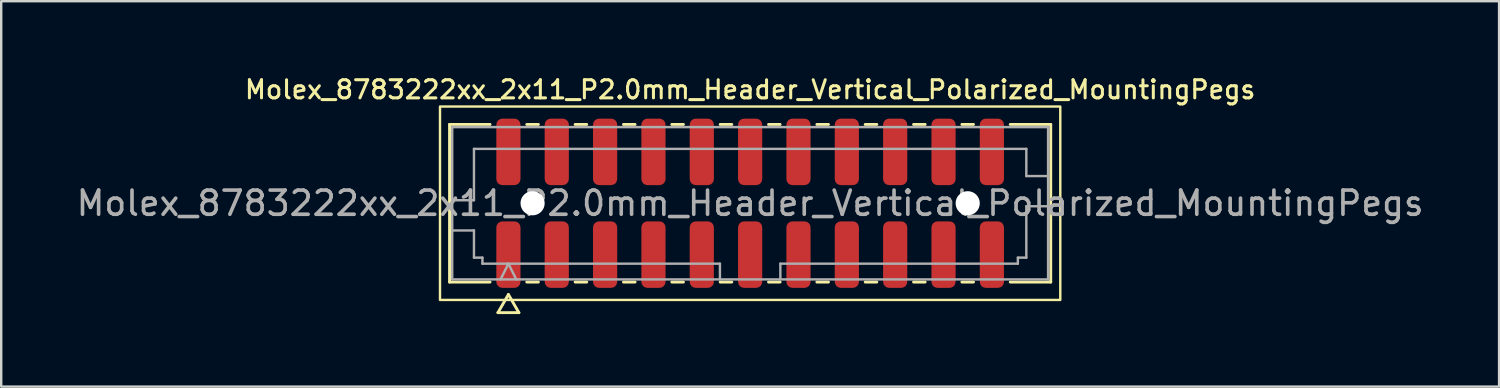
<source format=kicad_pcb>
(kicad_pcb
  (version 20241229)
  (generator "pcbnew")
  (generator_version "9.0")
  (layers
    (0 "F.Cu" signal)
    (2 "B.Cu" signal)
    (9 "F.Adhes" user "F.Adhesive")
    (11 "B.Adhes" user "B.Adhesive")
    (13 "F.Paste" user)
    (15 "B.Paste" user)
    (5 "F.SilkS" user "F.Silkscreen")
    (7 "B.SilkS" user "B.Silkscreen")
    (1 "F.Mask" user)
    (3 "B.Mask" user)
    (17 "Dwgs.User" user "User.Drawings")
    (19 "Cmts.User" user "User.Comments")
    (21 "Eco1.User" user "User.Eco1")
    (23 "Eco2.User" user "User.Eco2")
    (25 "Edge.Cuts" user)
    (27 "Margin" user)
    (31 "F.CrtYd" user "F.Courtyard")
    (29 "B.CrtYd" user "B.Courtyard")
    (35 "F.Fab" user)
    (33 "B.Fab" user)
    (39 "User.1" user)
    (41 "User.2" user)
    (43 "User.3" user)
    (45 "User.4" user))
  (footprint "Molex_8783222xx_2x11_P2.0mm_Header_Vertical_Polarized_MountingPegs"
    (layer "F.Cu")
    (at 27.982 5.358)
    (property "Reference" "Molex_8783222xx_2x11_P2.0mm_Header_Vertical_Polarized_MountingPegs" (at 0 -4.7 0) (layer "F.SilkS") (effects (font (size 0.75 0.75) (thickness 0.125))))
    (attr smd)
    (fp_line (start -12.435 -3.26) (end -10.76 -3.26) (stroke (width 0.12) (type solid)) (layer "F.SilkS"))
    (fp_line (start -12.435 3.26) (end -12.435 -3.26) (stroke (width 0.12) (type solid)) (layer "F.SilkS"))
    (fp_line (start -10.76 3.26) (end -12.435 3.26) (stroke (width 0.12) (type solid)) (layer "F.SilkS"))
    (fp_line (start -10.433 4.525) (end -10 3.775) (stroke (width 0.12) (type solid)) (layer "F.SilkS"))
    (fp_line (start -10 3.775) (end -9.567 4.525) (stroke (width 0.12) (type solid)) (layer "F.SilkS"))
    (fp_line (start -9.567 4.525) (end -10.433 4.525) (stroke (width 0.12) (type solid)) (layer "F.SilkS"))
    (fp_line (start -9.24 -3.26) (end -8.76 -3.26) (stroke (width 0.12) (type solid)) (layer "F.SilkS"))
    (fp_line (start -8.76 3.26) (end -9.24 3.26) (stroke (width 0.12) (type solid)) (layer "F.SilkS"))
    (fp_line (start -7.24 -3.26) (end -6.76 -3.26) (stroke (width 0.12) (type solid)) (layer "F.SilkS"))
    (fp_line (start -6.76 3.26) (end -7.24 3.26) (stroke (width 0.12) (type solid)) (layer "F.SilkS"))
    (fp_line (start -5.24 -3.26) (end -4.76 -3.26) (stroke (width 0.12) (type solid)) (layer "F.SilkS"))
    (fp_line (start -4.76 3.26) (end -5.24 3.26) (stroke (width 0.12) (type solid)) (layer "F.SilkS"))
    (fp_line (start -3.24 -3.26) (end -2.76 -3.26) (stroke (width 0.12) (type solid)) (layer "F.SilkS"))
    (fp_line (start -2.76 3.26) (end -3.24 3.26) (stroke (width 0.12) (type solid)) (layer "F.SilkS"))
    (fp_line (start -1.24 -3.26) (end -0.76 -3.26) (stroke (width 0.12) (type solid)) (layer "F.SilkS"))
    (fp_line (start -0.76 3.26) (end -1.24 3.26) (stroke (width 0.12) (type solid)) (layer "F.SilkS"))
    (fp_line (start 0.76 -3.26) (end 1.24 -3.26) (stroke (width 0.12) (type solid)) (layer "F.SilkS"))
    (fp_line (start 1.24 3.26) (end 0.76 3.26) (stroke (width 0.12) (type solid)) (layer "F.SilkS"))
    (fp_line (start 2.76 -3.26) (end 3.24 -3.26) (stroke (width 0.12) (type solid)) (layer "F.SilkS"))
    (fp_line (start 3.24 3.26) (end 2.76 3.26) (stroke (width 0.12) (type solid)) (layer "F.SilkS"))
    (fp_line (start 4.76 -3.26) (end 5.24 -3.26) (stroke (width 0.12) (type solid)) (layer "F.SilkS"))
    (fp_line (start 5.24 3.26) (end 4.76 3.26) (stroke (width 0.12) (type solid)) (layer "F.SilkS"))
    (fp_line (start 6.76 -3.26) (end 7.24 -3.26) (stroke (width 0.12) (type solid)) (layer "F.SilkS"))
    (fp_line (start 7.24 3.26) (end 6.76 3.26) (stroke (width 0.12) (type solid)) (layer "F.SilkS"))
    (fp_line (start 8.76 -3.26) (end 9.24 -3.26) (stroke (width 0.12) (type solid)) (layer "F.SilkS"))
    (fp_line (start 9.24 3.26) (end 8.76 3.26) (stroke (width 0.12) (type solid)) (layer "F.SilkS"))
    (fp_line (start 10.76 -3.26) (end 12.435 -3.26) (stroke (width 0.12) (type solid)) (layer "F.SilkS"))
    (fp_line (start 12.435 -3.26) (end 12.435 3.26) (stroke (width 0.12) (type solid)) (layer "F.SilkS"))
    (fp_line (start 12.435 3.26) (end 10.76 3.26) (stroke (width 0.12) (type solid)) (layer "F.SilkS"))
    (fp_rect (start -12.83 -4) (end 12.83 4) (stroke (width 0.1) (type solid)) (fill no) (layer "F.SilkS"))
    (fp_line (start -12.325 -3.15) (end 12.325 -3.15) (stroke (width 0.1) (type solid)) (layer "F.Fab"))
    (fp_line (start -12.325 -0.125) (end -11.425 -0.125) (stroke (width 0.1) (type solid)) (layer "F.Fab"))
    (fp_line (start -12.325 1.125) (end -11.425 1.125) (stroke (width 0.1) (type solid)) (layer "F.Fab"))
    (fp_line (start -12.325 3.15) (end -12.325 -3.15) (stroke (width 0.1) (type solid)) (layer "F.Fab"))
    (fp_line (start -11.425 -2.25) (end 11.425 -2.25) (stroke (width 0.1) (type solid)) (layer "F.Fab"))
    (fp_line (start -11.425 -0.125) (end -11.425 -2.25) (stroke (width 0.1) (type solid)) (layer "F.Fab"))
    (fp_line (start -11.425 1.125) (end -11.425 2.25) (stroke (width 0.1) (type solid)) (layer "F.Fab"))
    (fp_line (start -11.425 2.25) (end -11.075 2.25) (stroke (width 0.1) (type solid)) (layer "F.Fab"))
    (fp_line (start -11.075 2.25) (end -11.075 2.5) (stroke (width 0.1) (type solid)) (layer "F.Fab"))
    (fp_line (start -11.075 2.5) (end -1.25 2.5) (stroke (width 0.1) (type solid)) (layer "F.Fab"))
    (fp_line (start -10.325 3.15) (end -10 2.5) (stroke (width 0.1) (type solid)) (layer "F.Fab"))
    (fp_line (start -10 2.5) (end -9.675 3.15) (stroke (width 0.1) (type solid)) (layer "F.Fab"))
    (fp_line (start -1.25 2.5) (end -1.25 3.15) (stroke (width 0.1) (type solid)) (layer "F.Fab"))
    (fp_line (start 1.25 2.5) (end 1.25 3.15) (stroke (width 0.1) (type solid)) (layer "F.Fab"))
    (fp_line (start 1.25 2.5) (end 11.075 2.5) (stroke (width 0.1) (type solid)) (layer "F.Fab"))
    (fp_line (start 11.075 2.25) (end 11.425 2.25) (stroke (width 0.1) (type solid)) (layer "F.Fab"))
    (fp_line (start 11.075 2.5) (end 11.075 2.25) (stroke (width 0.1) (type solid)) (layer "F.Fab"))
    (fp_line (start 11.425 -2.25) (end 11.425 -1.125) (stroke (width 0.1) (type solid)) (layer "F.Fab"))
    (fp_line (start 11.425 -1.125) (end 12.325 -1.125) (stroke (width 0.1) (type solid)) (layer "F.Fab"))
    (fp_line (start 11.425 0.125) (end 12.325 0.125) (stroke (width 0.1) (type solid)) (layer "F.Fab"))
    (fp_line (start 11.425 2.25) (end 11.425 0.125) (stroke (width 0.1) (type solid)) (layer "F.Fab"))
    (fp_line (start 12.325 -3.15) (end 12.325 3.15) (stroke (width 0.1) (type solid)) (layer "F.Fab"))
    (fp_line (start 12.325 3.15) (end -12.325 3.15) (stroke (width 0.1) (type solid)) (layer "F.Fab"))
    (fp_text user "${REFERENCE}" (at 0 0 0) (layer "F.Fab") (effects (font (size 1 1) (thickness 0.15))))
    (pad "" np_thru_hole circle (at -9 0) (size 1 1) (drill 1) (layers "*.Cu" "*.Mask"))
    (pad "" np_thru_hole circle (at 9 0) (size 1 1) (drill 1) (layers "*.Cu" "*.Mask"))
    (pad "1" smd roundrect (at -10 2.125) (size 1 2.75) (layers "F.Cu" "F.Mask" "F.Paste") (roundrect_rratio 0.25))
    (pad "2" smd roundrect (at -10 -2.125) (size 1 2.75) (layers "F.Cu" "F.Mask" "F.Paste") (roundrect_rratio 0.25))
    (pad "3" smd roundrect (at -8 2.125) (size 1 2.75) (layers "F.Cu" "F.Mask" "F.Paste") (roundrect_rratio 0.25))
    (pad "4" smd roundrect (at -8 -2.125) (size 1 2.75) (layers "F.Cu" "F.Mask" "F.Paste") (roundrect_rratio 0.25))
    (pad "5" smd roundrect (at -6 2.125) (size 1 2.75) (layers "F.Cu" "F.Mask" "F.Paste") (roundrect_rratio 0.25))
    (pad "6" smd roundrect (at -6 -2.125) (size 1 2.75) (layers "F.Cu" "F.Mask" "F.Paste") (roundrect_rratio 0.25))
    (pad "7" smd roundrect (at -4 2.125) (size 1 2.75) (layers "F.Cu" "F.Mask" "F.Paste") (roundrect_rratio 0.25))
    (pad "8" smd roundrect (at -4 -2.125) (size 1 2.75) (layers "F.Cu" "F.Mask" "F.Paste") (roundrect_rratio 0.25))
    (pad "9" smd roundrect (at -2 2.125) (size 1 2.75) (layers "F.Cu" "F.Mask" "F.Paste") (roundrect_rratio 0.25))
    (pad "10" smd roundrect (at -2 -2.125) (size 1 2.75) (layers "F.Cu" "F.Mask" "F.Paste") (roundrect_rratio 0.25))
    (pad "11" smd roundrect (at 0 2.125) (size 1 2.75) (layers "F.Cu" "F.Mask" "F.Paste") (roundrect_rratio 0.25))
    (pad "12" smd roundrect (at 0 -2.125) (size 1 2.75) (layers "F.Cu" "F.Mask" "F.Paste") (roundrect_rratio 0.25))
    (pad "13" smd roundrect (at 2 2.125) (size 1 2.75) (layers "F.Cu" "F.Mask" "F.Paste") (roundrect_rratio 0.25))
    (pad "14" smd roundrect (at 2 -2.125) (size 1 2.75) (layers "F.Cu" "F.Mask" "F.Paste") (roundrect_rratio 0.25))
    (pad "15" smd roundrect (at 4 2.125) (size 1 2.75) (layers "F.Cu" "F.Mask" "F.Paste") (roundrect_rratio 0.25))
    (pad "16" smd roundrect (at 4 -2.125) (size 1 2.75) (layers "F.Cu" "F.Mask" "F.Paste") (roundrect_rratio 0.25))
    (pad "17" smd roundrect (at 6 2.125) (size 1 2.75) (layers "F.Cu" "F.Mask" "F.Paste") (roundrect_rratio 0.25))
    (pad "18" smd roundrect (at 6 -2.125) (size 1 2.75) (layers "F.Cu" "F.Mask" "F.Paste") (roundrect_rratio 0.25))
    (pad "19" smd roundrect (at 8 2.125) (size 1 2.75) (layers "F.Cu" "F.Mask" "F.Paste") (roundrect_rratio 0.25))
    (pad "20" smd roundrect (at 8 -2.125) (size 1 2.75) (layers "F.Cu" "F.Mask" "F.Paste") (roundrect_rratio 0.25))
    (pad "21" smd roundrect (at 10 2.125) (size 1 2.75) (layers "F.Cu" "F.Mask" "F.Paste") (roundrect_rratio 0.25))
    (pad "22" smd roundrect (at 10 -2.125) (size 1 2.75) (layers "F.Cu" "F.Mask" "F.Paste") (roundrect_rratio 0.25)))
  (gr_rect
    (start -3 -3)
    (end 58.964 12.943)
    (stroke (width 0.1) (type default))
    (fill no)
    (layer "Edge.Cuts")))
</source>
